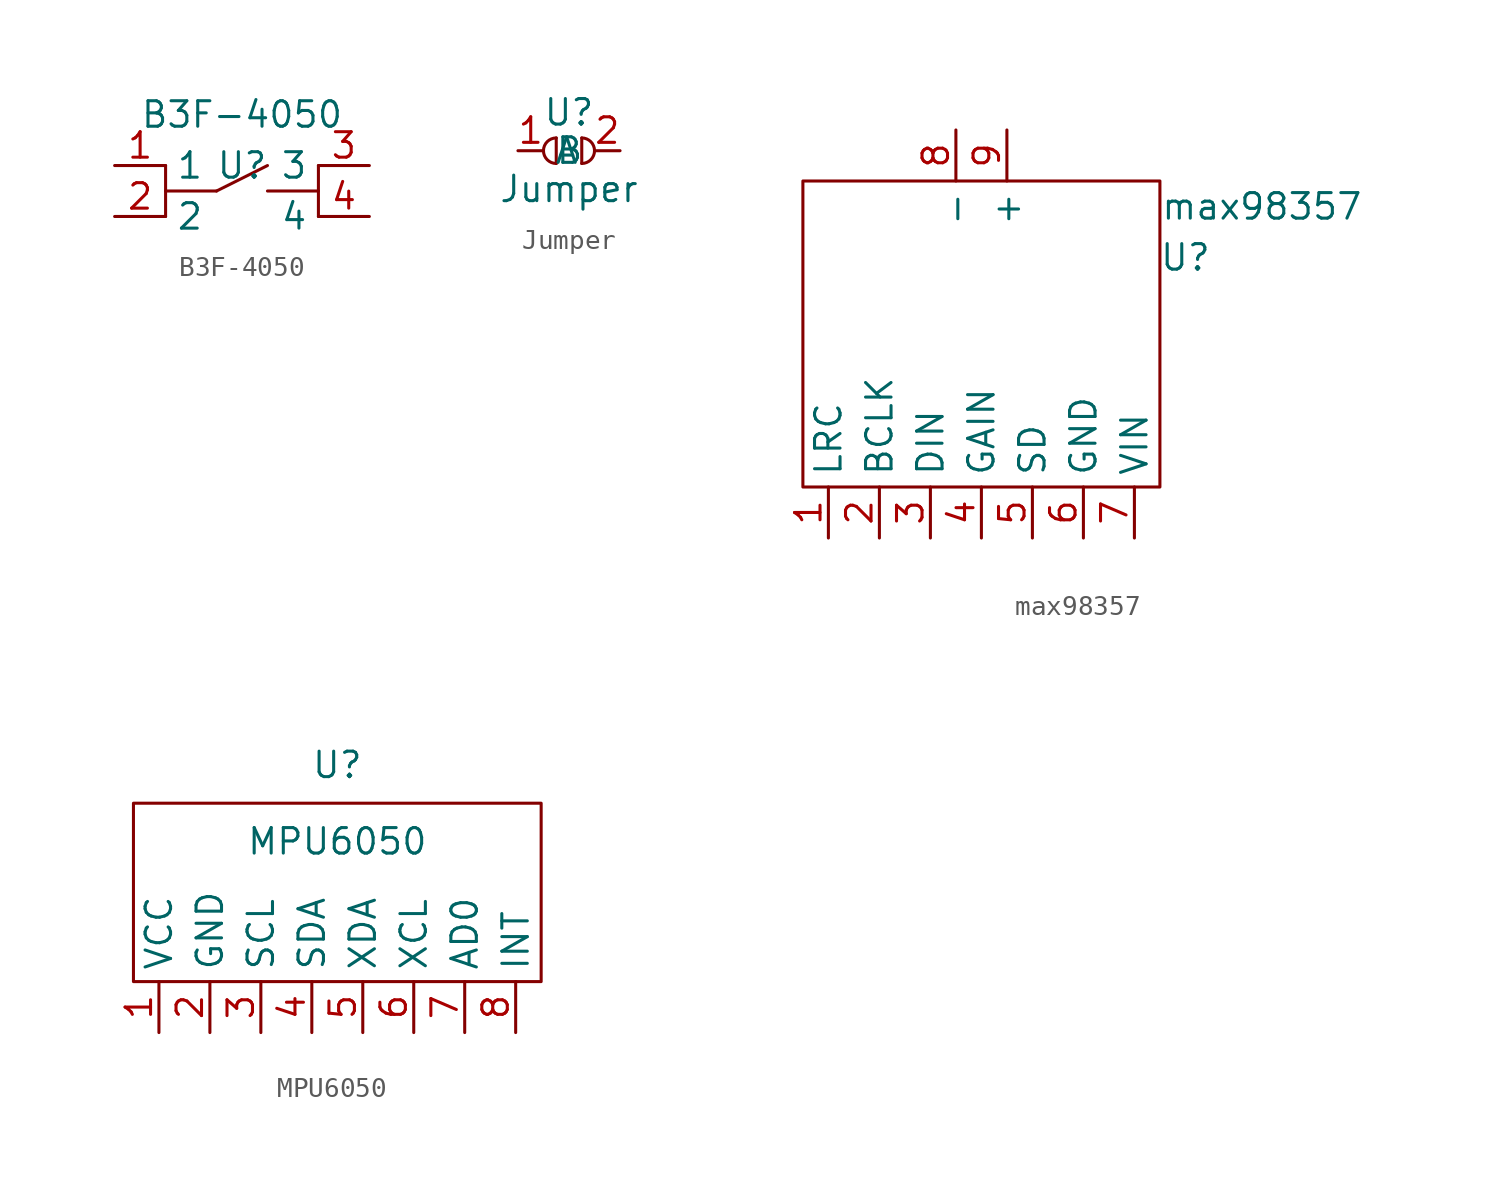
<source format=kicad_sym>
(kicad_symbol_lib
  (version 20211014)
  (generator kicad_symbol_editor)
  (symbol "B3F-4050"
    (property "Reference" "U"
      (at 0 0 0)
      (effects (font (size 1.27 1.27))))
    (property "Value" "B3F-4050"
      (at 0 2.54 0)
      (effects (font (size 1.27 1.27))))
    (symbol "B3F-4050_0_1"
      (polyline (pts (xy -3.81 -2.54) (xy -3.81 0)) (stroke (width 0) (type default) (color 0 0 0 0)) (fill (type none)))
      (polyline (pts (xy -3.81 -1.27) (xy -1.27 -1.27)) (stroke (width 0) (type default) (color 0 0 0 0)) (fill (type none)))
      (polyline (pts (xy -1.27 -1.27) (xy 1.27 0)) (stroke (width 0) (type default) (color 0 0 0 0)) (fill (type none)))
      (polyline (pts (xy 3.81 -2.54) (xy 3.81 0)) (stroke (width 0) (type default) (color 0 0 0 0)) (fill (type none)))
      (polyline (pts (xy 3.81 -1.27) (xy 1.27 -1.27)) (stroke (width 0) (type default) (color 0 0 0 0)) (fill (type none))))
    (symbol "B3F-4050_1_1"
      (pin input line (at -6.35 0 0) (length 2.54) (name "1" (effects (font (size 1.27 1.27)))) (number "1" (effects (font (size 1.27 1.27)))))
      (pin input line (at -6.35 -2.54 0) (length 2.54) (name "2" (effects (font (size 1.27 1.27)))) (number "2" (effects (font (size 1.27 1.27)))))
      (pin input line (at 6.35 0 180) (length 2.54) (name "3" (effects (font (size 1.27 1.27)))) (number "3" (effects (font (size 1.27 1.27)))))
      (pin input line (at 6.35 -2.54 180) (length 2.54) (name "4" (effects (font (size 1.27 1.27)))) (number "4" (effects (font (size 1.27 1.27)))))))
  (symbol "Jumper"
    (property "Reference" "U"
      (at 0 1.905 0)
      (effects (font (size 1.27 1.27))))
    (property "Value" "Jumper"
      (at 0 -1.905 0)
      (effects (font (size 1.27 1.27))))
    (symbol "Jumper_0_1"
      (arc (start -1.27 0) (mid -1.084 -0.449) (end -0.635 -0.635) (stroke (width 0) (type default) (color 0 0 0 0)) (fill (type none)))
      (arc (start -0.635 0.635) (mid -1.084 0.449) (end -1.27 0) (stroke (width 0) (type default) (color 0 0 0 0)) (fill (type none)))
      (polyline (pts (xy -0.635 -0.635) (xy -0.635 0.635)) (stroke (width 0) (type default) (color 0 0 0 0)) (fill (type none)))
      (polyline (pts (xy 0.635 -0.635) (xy 0.635 0.635)) (stroke (width 0) (type default) (color 0 0 0 0)) (fill (type none)))
      (arc (start 0.635 -0.635) (mid 1.084 -0.449) (end 1.27 0) (stroke (width 0) (type default) (color 0 0 0 0)) (fill (type none)))
      (arc (start 1.27 0) (mid 1.084 0.449) (end 0.635 0.635) (stroke (width 0) (type default) (color 0 0 0 0)) (fill (type none))))
    (symbol "Jumper_1_1"
      (pin input line (at -2.54 0 0) (length 1.27) (name "A" (effects (font (size 1.27 1.27)))) (number "1" (effects (font (size 1.27 1.27)))))
      (pin input line (at 2.54 0 180) (length 1.27) (name "B" (effects (font (size 1.27 1.27)))) (number "2" (effects (font (size 1.27 1.27)))))))
  (symbol "max98357"
    (property "Reference" "U"
      (at 10.16 5.08 0)
      (effects (font (size 1.27 1.27))))
    (property "Value" "max98357"
      (at 13.97 7.62 0)
      (effects (font (size 1.27 1.27))))
    (symbol "max98357_0_1"
      (polyline (pts (xy 8.89 -6.35) (xy -8.89 -6.35) (xy -8.89 8.89) (xy 8.89 8.89) (xy 8.89 -6.35)) (stroke (width 0) (type default) (color 0 0 0 0)) (fill (type none))))
    (symbol "max98357_1_1"
      (pin input line (at -7.62 -8.89 90) (length 2.54) (name "LRC" (effects (font (size 1.27 1.27)))) (number "1" (effects (font (size 1.27 1.27)))))
      (pin input line (at -5.08 -8.89 90) (length 2.54) (name "BCLK" (effects (font (size 1.27 1.27)))) (number "2" (effects (font (size 1.27 1.27)))))
      (pin input line (at -2.54 -8.89 90) (length 2.54) (name "DIN" (effects (font (size 1.27 1.27)))) (number "3" (effects (font (size 1.27 1.27)))))
      (pin input line (at 0 -8.89 90) (length 2.54) (name "GAIN" (effects (font (size 1.27 1.27)))) (number "4" (effects (font (size 1.27 1.27)))))
      (pin input line (at 2.54 -8.89 90) (length 2.54) (name "SD" (effects (font (size 1.27 1.27)))) (number "5" (effects (font (size 1.27 1.27)))))
      (pin input line (at 5.08 -8.89 90) (length 2.54) (name "GND" (effects (font (size 1.27 1.27)))) (number "6" (effects (font (size 1.27 1.27)))))
      (pin input line (at 7.62 -8.89 90) (length 2.54) (name "VIN" (effects (font (size 1.27 1.27)))) (number "7" (effects (font (size 1.27 1.27)))))
      (pin input line (at -1.27 11.43 270) (length 2.54) (name "-" (effects (font (size 1.27 1.27)))) (number "8" (effects (font (size 1.27 1.27)))))
      (pin input line (at 1.27 11.43 270) (length 2.54) (name "+" (effects (font (size 1.27 1.27)))) (number "9" (effects (font (size 1.27 1.27)))))))
  (symbol "MPU6050"
    (property "Reference" "U"
      (at 8.89 13.335 0)
      (effects (font (size 1.27 1.27))))
    (property "Value" "MPU6050"
      (at 8.89 9.525 0)
      (effects (font (size 1.27 1.27))))
    (symbol "MPU6050_0_1"
      (polyline (pts (xy 19.05 2.54) (xy -1.27 2.54) (xy -1.27 11.43) (xy 19.05 11.43) (xy 19.05 2.54)) (stroke (width 0) (type default) (color 0 0 0 0)) (fill (type none))))
    (symbol "MPU6050_1_1"
      (pin input line (at 0 0 90) (length 2.54) (name "VCC" (effects (font (size 1.27 1.27)))) (number "1" (effects (font (size 1.27 1.27)))))
      (pin input line (at 2.54 0 90) (length 2.54) (name "GND" (effects (font (size 1.27 1.27)))) (number "2" (effects (font (size 1.27 1.27)))))
      (pin input line (at 5.08 0 90) (length 2.54) (name "SCL" (effects (font (size 1.27 1.27)))) (number "3" (effects (font (size 1.27 1.27)))))
      (pin input line (at 7.62 0 90) (length 2.54) (name "SDA" (effects (font (size 1.27 1.27)))) (number "4" (effects (font (size 1.27 1.27)))))
      (pin input line (at 10.16 0 90) (length 2.54) (name "XDA" (effects (font (size 1.27 1.27)))) (number "5" (effects (font (size 1.27 1.27)))))
      (pin input line (at 12.7 0 90) (length 2.54) (name "XCL" (effects (font (size 1.27 1.27)))) (number "6" (effects (font (size 1.27 1.27)))))
      (pin input line (at 15.24 0 90) (length 2.54) (name "AD0" (effects (font (size 1.27 1.27)))) (number "7" (effects (font (size 1.27 1.27)))))
      (pin input line (at 17.78 0 90) (length 2.54) (name "INT" (effects (font (size 1.27 1.27)))) (number "8" (effects (font (size 1.27 1.27))))))))
</source>
